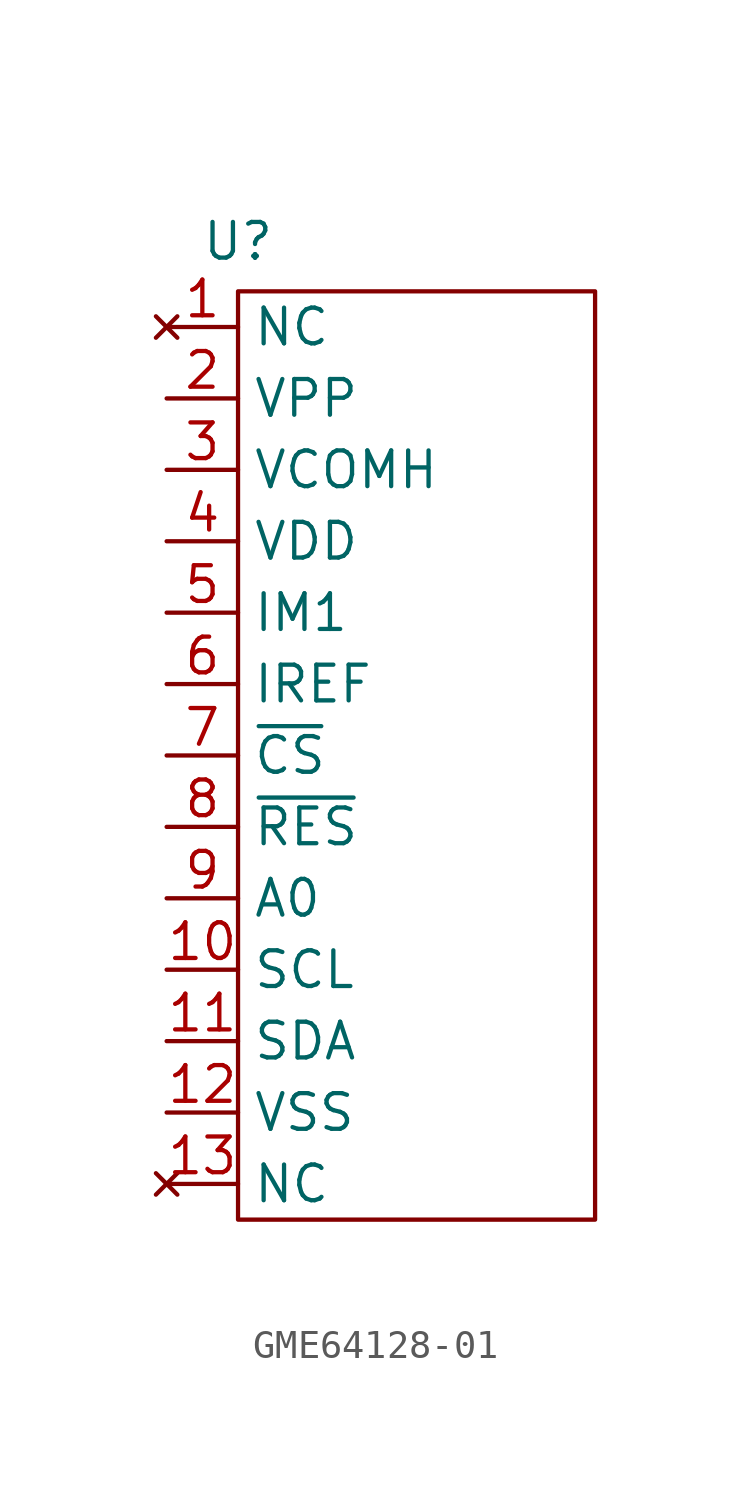
<source format=kicad_sym>
(kicad_symbol_lib
  (version 20231120)
  (generator "kicad_symbol_editor")
  (generator_version "8.0")
  (symbol "GME64128-01"
    (property "Reference" "U"
      (at 0 3.048 0)
      (effects (font (size 1.27 1.27))))
    (property "Value" ""
      (at 0 0 0)
      (effects (font (size 1.27 1.27))))
    (symbol "GME64128-01_0_1"
      (rectangle (start 0 1.27) (end 12.7 -31.75) (stroke (width 0) (type default)) (fill (type none))))
    (symbol "GME64128-01_1_1"
      (pin no_connect line (at -2.54 0 0) (length 2.54) (name "NC" (effects (font (size 1.27 1.27)))) (number "1" (effects (font (size 1.27 1.27)))))
      (pin input line (at -2.54 -22.86 0) (length 2.54) (name "SCL" (effects (font (size 1.27 1.27)))) (number "10" (effects (font (size 1.27 1.27)))))
      (pin input line (at -2.54 -25.4 0) (length 2.54) (name "SDA" (effects (font (size 1.27 1.27)))) (number "11" (effects (font (size 1.27 1.27)))))
      (pin power_in line (at -2.54 -27.94 0) (length 2.54) (name "VSS" (effects (font (size 1.27 1.27)))) (number "12" (effects (font (size 1.27 1.27)))))
      (pin no_connect line (at -2.54 -30.48 0) (length 2.54) (name "NC" (effects (font (size 1.27 1.27)))) (number "13" (effects (font (size 1.27 1.27)))))
      (pin power_in line (at -2.54 -2.54 0) (length 2.54) (name "VPP" (effects (font (size 1.27 1.27)))) (number "2" (effects (font (size 1.27 1.27)))))
      (pin power_out line (at -2.54 -5.08 0) (length 2.54) (name "VCOMH" (effects (font (size 1.27 1.27)))) (number "3" (effects (font (size 1.27 1.27)))))
      (pin power_in line (at -2.54 -7.62 0) (length 2.54) (name "VDD" (effects (font (size 1.27 1.27)))) (number "4" (effects (font (size 1.27 1.27)))))
      (pin input line (at -2.54 -10.16 0) (length 2.54) (name "IM1" (effects (font (size 1.27 1.27)))) (number "5" (effects (font (size 1.27 1.27)))))
      (pin passive line (at -2.54 -12.7 0) (length 2.54) (name "IREF" (effects (font (size 1.27 1.27)))) (number "6" (effects (font (size 1.27 1.27)))))
      (pin input line (at -2.54 -15.24 0) (length 2.54) (name "~{CS}" (effects (font (size 1.27 1.27)))) (number "7" (effects (font (size 1.27 1.27)))))
      (pin input line (at -2.54 -17.78 0) (length 2.54) (name "~{RES}" (effects (font (size 1.27 1.27)))) (number "8" (effects (font (size 1.27 1.27)))))
      (pin input line (at -2.54 -20.32 0) (length 2.54) (name "A0" (effects (font (size 1.27 1.27)))) (number "9" (effects (font (size 1.27 1.27))))))))
</source>
